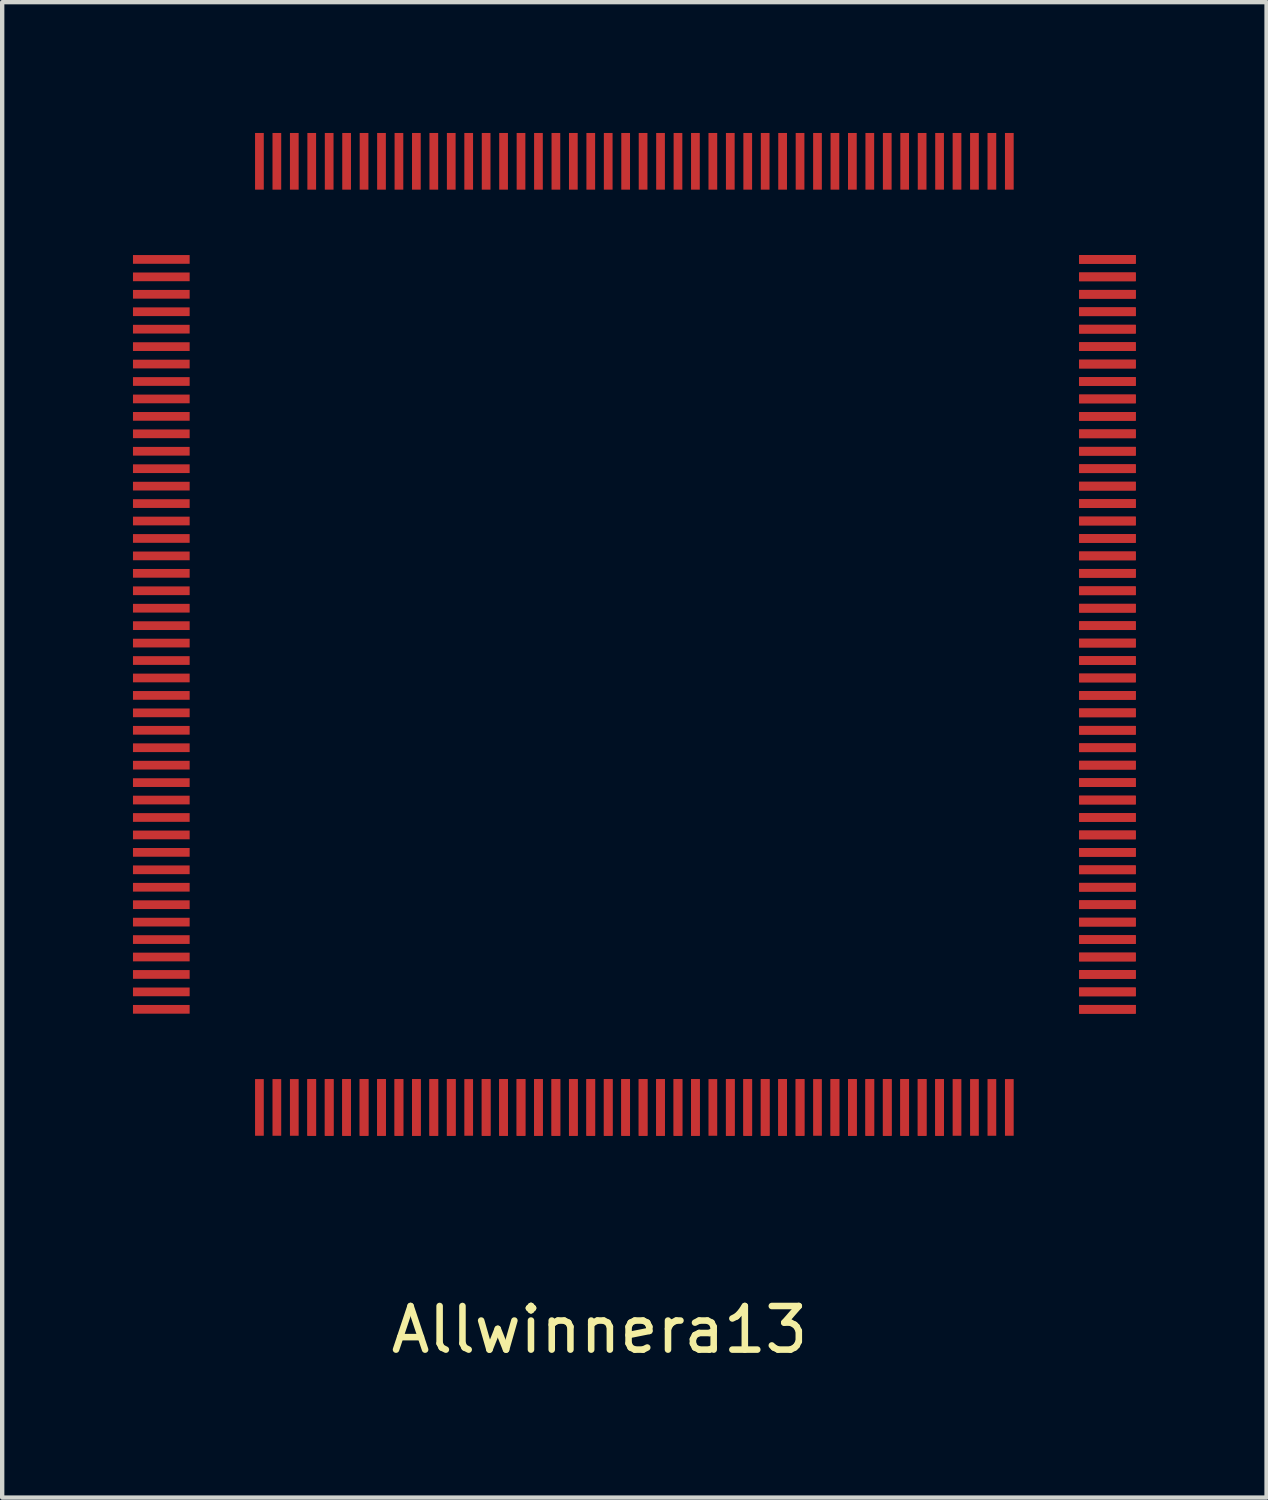
<source format=kicad_pcb>
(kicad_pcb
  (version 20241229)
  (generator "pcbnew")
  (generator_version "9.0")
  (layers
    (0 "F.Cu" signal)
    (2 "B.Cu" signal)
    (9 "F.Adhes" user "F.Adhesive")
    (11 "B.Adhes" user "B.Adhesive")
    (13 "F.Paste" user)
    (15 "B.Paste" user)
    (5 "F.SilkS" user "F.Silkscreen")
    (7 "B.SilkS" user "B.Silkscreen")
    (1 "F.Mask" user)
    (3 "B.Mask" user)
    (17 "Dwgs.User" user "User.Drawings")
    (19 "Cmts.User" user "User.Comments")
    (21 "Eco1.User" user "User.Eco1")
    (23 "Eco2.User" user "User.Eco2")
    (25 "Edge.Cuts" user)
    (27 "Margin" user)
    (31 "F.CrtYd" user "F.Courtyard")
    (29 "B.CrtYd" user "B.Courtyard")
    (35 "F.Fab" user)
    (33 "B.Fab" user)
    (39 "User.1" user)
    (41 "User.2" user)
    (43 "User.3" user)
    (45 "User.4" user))
  (footprint "Allwinnera13"
    (layer "F.Cu")
    (at 10.7 26.95)
    (property "Reference" "Allwinnera13" (at 0 0.5 0) (layer "F.SilkS") (effects (font (size 1 1) (thickness 0.15))))
    (attr through_hole)
    (pad "1" smd rect (at -7.8 -4.6) (size 0.2 1.3) (layers "F.Cu" "F.Mask" "F.Paste"))
    (pad "2" smd rect (at -7.4 -4.6) (size 0.2 1.3) (layers "F.Cu" "F.Mask" "F.Paste"))
    (pad "3" smd rect (at -7 -4.6) (size 0.2 1.3) (layers "F.Cu" "F.Mask" "F.Paste"))
    (pad "4" smd rect (at -6.6 -4.6) (size 0.2 1.3) (layers "F.Cu" "F.Mask" "F.Paste"))
    (pad "4" smd rect (at -6.6 -4.6) (size 0.2 1.3) (layers "F.Cu" "F.Mask" "F.Paste"))
    (pad "5" smd rect (at -6.2 -4.6) (size 0.2 1.3) (layers "F.Cu" "F.Mask" "F.Paste"))
    (pad "5" smd rect (at -6.2 -4.6) (size 0.2 1.3) (layers "F.Cu" "F.Mask" "F.Paste"))
    (pad "6" smd rect (at -5.8 -4.6) (size 0.2 1.3) (layers "F.Cu" "F.Mask" "F.Paste"))
    (pad "6" smd rect (at -5.8 -4.6) (size 0.2 1.3) (layers "F.Cu" "F.Mask" "F.Paste"))
    (pad "7" smd rect (at -5.4 -4.6) (size 0.2 1.3) (layers "F.Cu" "F.Mask" "F.Paste"))
    (pad "7" smd rect (at -5.4 -4.6) (size 0.2 1.3) (layers "F.Cu" "F.Mask" "F.Paste"))
    (pad "8" smd rect (at -5 -4.6) (size 0.2 1.3) (layers "F.Cu" "F.Mask" "F.Paste"))
    (pad "8" smd rect (at -5 -4.6) (size 0.2 1.3) (layers "F.Cu" "F.Mask" "F.Paste"))
    (pad "9" smd rect (at -4.6 -4.6) (size 0.2 1.3) (layers "F.Cu" "F.Mask" "F.Paste"))
    (pad "9" smd rect (at -4.6 -4.6) (size 0.2 1.3) (layers "F.Cu" "F.Mask" "F.Paste"))
    (pad "10" smd rect (at -4.2 -4.6) (size 0.2 1.3) (layers "F.Cu" "F.Mask" "F.Paste"))
    (pad "10" smd rect (at -4.2 -4.6) (size 0.2 1.3) (layers "F.Cu" "F.Mask" "F.Paste"))
    (pad "11" smd rect (at -3.8 -4.6) (size 0.2 1.3) (layers "F.Cu" "F.Mask" "F.Paste"))
    (pad "11" smd rect (at -3.8 -4.6) (size 0.2 1.3) (layers "F.Cu" "F.Mask" "F.Paste"))
    (pad "12" smd rect (at -3.4 -4.6) (size 0.2 1.3) (layers "F.Cu" "F.Mask" "F.Paste"))
    (pad "12" smd rect (at -3.4 -4.6) (size 0.2 1.3) (layers "F.Cu" "F.Mask" "F.Paste"))
    (pad "13" smd rect (at -3 -4.6) (size 0.2 1.3) (layers "F.Cu" "F.Mask" "F.Paste"))
    (pad "14" smd rect (at -2.6 -4.6) (size 0.2 1.3) (layers "F.Cu" "F.Mask" "F.Paste"))
    (pad "14" smd rect (at -2.6 -4.6) (size 0.2 1.3) (layers "F.Cu" "F.Mask" "F.Paste"))
    (pad "15" smd rect (at -2.2 -4.6) (size 0.2 1.3) (layers "F.Cu" "F.Mask" "F.Paste"))
    (pad "15" smd rect (at -2.2 -4.6) (size 0.2 1.3) (layers "F.Cu" "F.Mask" "F.Paste"))
    (pad "16" smd rect (at -1.8 -4.6) (size 0.2 1.3) (layers "F.Cu" "F.Mask" "F.Paste"))
    (pad "16" smd rect (at -1.8 -4.6) (size 0.2 1.3) (layers "F.Cu" "F.Mask" "F.Paste"))
    (pad "17" smd rect (at -1.4 -4.6) (size 0.2 1.3) (layers "F.Cu" "F.Mask" "F.Paste"))
    (pad "17" smd rect (at -1.4 -4.6) (size 0.2 1.3) (layers "F.Cu" "F.Mask" "F.Paste"))
    (pad "18" smd rect (at -1 -4.6) (size 0.2 1.3) (layers "F.Cu" "F.Mask" "F.Paste"))
    (pad "18" smd rect (at -1 -4.6) (size 0.2 1.3) (layers "F.Cu" "F.Mask" "F.Paste"))
    (pad "19" smd rect (at -0.6 -4.6) (size 0.2 1.3) (layers "F.Cu" "F.Mask" "F.Paste"))
    (pad "19" smd rect (at -0.6 -4.6) (size 0.2 1.3) (layers "F.Cu" "F.Mask" "F.Paste"))
    (pad "20" smd rect (at -0.2 -4.6) (size 0.2 1.3) (layers "F.Cu" "F.Mask" "F.Paste"))
    (pad "20" smd rect (at -0.2 -4.6) (size 0.2 1.3) (layers "F.Cu" "F.Mask" "F.Paste"))
    (pad "21" smd rect (at 0.2 -4.6) (size 0.2 1.3) (layers "F.Cu" "F.Mask" "F.Paste"))
    (pad "21" smd rect (at 0.2 -4.6) (size 0.2 1.3) (layers "F.Cu" "F.Mask" "F.Paste"))
    (pad "22" smd rect (at 0.6 -4.6) (size 0.2 1.3) (layers "F.Cu" "F.Mask" "F.Paste"))
    (pad "22" smd rect (at 0.6 -4.6) (size 0.2 1.3) (layers "F.Cu" "F.Mask" "F.Paste"))
    (pad "23" smd rect (at 1 -4.6) (size 0.2 1.3) (layers "F.Cu" "F.Mask" "F.Paste"))
    (pad "23" smd rect (at 1 -4.6) (size 0.2 1.3) (layers "F.Cu" "F.Mask" "F.Paste"))
    (pad "24" smd rect (at 1.4 -4.6) (size 0.2 1.3) (layers "F.Cu" "F.Mask" "F.Paste"))
    (pad "24" smd rect (at 1.4 -4.6) (size 0.2 1.3) (layers "F.Cu" "F.Mask" "F.Paste"))
    (pad "25" smd rect (at 1.8 -4.6) (size 0.2 1.3) (layers "F.Cu" "F.Mask" "F.Paste"))
    (pad "25" smd rect (at 1.8 -4.6) (size 0.2 1.3) (layers "F.Cu" "F.Mask" "F.Paste"))
    (pad "26" smd rect (at 2.2 -4.6) (size 0.2 1.3) (layers "F.Cu" "F.Mask" "F.Paste"))
    (pad "26" smd rect (at 2.2 -4.6) (size 0.2 1.3) (layers "F.Cu" "F.Mask" "F.Paste"))
    (pad "27" smd rect (at 2.6 -4.6) (size 0.2 1.3) (layers "F.Cu" "F.Mask" "F.Paste"))
    (pad "28" smd rect (at 3 -4.6) (size 0.2 1.3) (layers "F.Cu" "F.Mask" "F.Paste"))
    (pad "28" smd rect (at 3 -4.6) (size 0.2 1.3) (layers "F.Cu" "F.Mask" "F.Paste"))
    (pad "29" smd rect (at 3.4 -4.6) (size 0.2 1.3) (layers "F.Cu" "F.Mask" "F.Paste"))
    (pad "29" smd rect (at 3.4 -4.6) (size 0.2 1.3) (layers "F.Cu" "F.Mask" "F.Paste"))
    (pad "30" smd rect (at 3.8 -4.6) (size 0.2 1.3) (layers "F.Cu" "F.Mask" "F.Paste"))
    (pad "30" smd rect (at 3.8 -4.6) (size 0.2 1.3) (layers "F.Cu" "F.Mask" "F.Paste"))
    (pad "31" smd rect (at 4.2 -4.6) (size 0.2 1.3) (layers "F.Cu" "F.Mask" "F.Paste"))
    (pad "31" smd rect (at 4.2 -4.6) (size 0.2 1.3) (layers "F.Cu" "F.Mask" "F.Paste"))
    (pad "32" smd rect (at 4.6 -4.6) (size 0.2 1.3) (layers "F.Cu" "F.Mask" "F.Paste"))
    (pad "32" smd rect (at 4.6 -4.6) (size 0.2 1.3) (layers "F.Cu" "F.Mask" "F.Paste"))
    (pad "33" smd rect (at 5 -4.6) (size 0.2 1.3) (layers "F.Cu" "F.Mask" "F.Paste"))
    (pad "34" smd rect (at 5.4 -4.6) (size 0.2 1.3) (layers "F.Cu" "F.Mask" "F.Paste"))
    (pad "34" smd rect (at 5.4 -4.6) (size 0.2 1.3) (layers "F.Cu" "F.Mask" "F.Paste"))
    (pad "35" smd rect (at 5.8 -4.6) (size 0.2 1.3) (layers "F.Cu" "F.Mask" "F.Paste"))
    (pad "35" smd rect (at 5.8 -4.6) (size 0.2 1.3) (layers "F.Cu" "F.Mask" "F.Paste"))
    (pad "36" smd rect (at 6.2 -4.6) (size 0.2 1.3) (layers "F.Cu" "F.Mask" "F.Paste"))
    (pad "36" smd rect (at 6.2 -4.6) (size 0.2 1.3) (layers "F.Cu" "F.Mask" "F.Paste"))
    (pad "37" smd rect (at 6.6 -4.6) (size 0.2 1.3) (layers "F.Cu" "F.Mask" "F.Paste"))
    (pad "37" smd rect (at 6.6 -4.6) (size 0.2 1.3) (layers "F.Cu" "F.Mask" "F.Paste"))
    (pad "38" smd rect (at 7 -4.6) (size 0.2 1.3) (layers "F.Cu" "F.Mask" "F.Paste"))
    (pad "38" smd rect (at 7 -4.6) (size 0.2 1.3) (layers "F.Cu" "F.Mask" "F.Paste"))
    (pad "39" smd rect (at 7.4 -4.6) (size 0.2 1.3) (layers "F.Cu" "F.Mask" "F.Paste"))
    (pad "39" smd rect (at 7.4 -4.6) (size 0.2 1.3) (layers "F.Cu" "F.Mask" "F.Paste"))
    (pad "40" smd rect (at 7.8 -4.6) (size 0.2 1.3) (layers "F.Cu" "F.Mask" "F.Paste"))
    (pad "40" smd rect (at 7.8 -4.6) (size 0.2 1.3) (layers "F.Cu" "F.Mask" "F.Paste"))
    (pad "41" smd rect (at 8.2 -4.6) (size 0.2 1.3) (layers "F.Cu" "F.Mask" "F.Paste"))
    (pad "42" smd rect (at 8.6 -4.6) (size 0.2 1.3) (layers "F.Cu" "F.Mask" "F.Paste"))
    (pad "43" smd rect (at 9 -4.6) (size 0.2 1.3) (layers "F.Cu" "F.Mask" "F.Paste"))
    (pad "44" smd rect (at 9.4 -4.6) (size 0.2 1.3) (layers "F.Cu" "F.Mask" "F.Paste"))
    (pad "45" smd rect (at 11.65 -6.85 90) (size 0.2 1.3) (layers "F.Cu" "F.Mask" "F.Paste"))
    (pad "45" smd rect (at 11.65 -6.85 90) (size 0.2 1.3) (layers "F.Cu" "F.Mask" "F.Paste"))
    (pad "46" smd rect (at 11.65 -7.25) (size 1.3 0.2) (layers "F.Cu" "F.Mask" "F.Paste"))
    (pad "46" smd rect (at 11.65 -7.25) (size 1.3 0.2) (layers "F.Cu" "F.Mask" "F.Paste"))
    (pad "47" smd rect (at 11.65 -7.65) (size 1.3 0.2) (layers "F.Cu" "F.Mask" "F.Paste"))
    (pad "47" smd rect (at 11.65 -7.65) (size 1.3 0.2) (layers "F.Cu" "F.Mask" "F.Paste"))
    (pad "48" smd rect (at 11.65 -8.05) (size 1.3 0.2) (layers "F.Cu" "F.Mask" "F.Paste"))
    (pad "48" smd rect (at 11.65 -8.05) (size 1.3 0.2) (layers "F.Cu" "F.Mask" "F.Paste"))
    (pad "49" smd rect (at 11.65 -8.45) (size 1.3 0.2) (layers "F.Cu" "F.Mask" "F.Paste"))
    (pad "49" smd rect (at 11.65 -8.45) (size 1.3 0.2) (layers "F.Cu" "F.Mask" "F.Paste"))
    (pad "50" smd rect (at 11.65 -8.85) (size 1.3 0.2) (layers "F.Cu" "F.Mask" "F.Paste"))
    (pad "50" smd rect (at 11.65 -8.85) (size 1.3 0.2) (layers "F.Cu" "F.Mask" "F.Paste"))
    (pad "51" smd rect (at 11.65 -9.25) (size 1.3 0.2) (layers "F.Cu" "F.Mask" "F.Paste"))
    (pad "51" smd rect (at 11.65 -9.25) (size 1.3 0.2) (layers "F.Cu" "F.Mask" "F.Paste"))
    (pad "52" smd rect (at 11.65 -9.65) (size 1.3 0.2) (layers "F.Cu" "F.Mask" "F.Paste"))
    (pad "52" smd rect (at 11.65 -9.65) (size 1.3 0.2) (layers "F.Cu" "F.Mask" "F.Paste"))
    (pad "53" smd rect (at 11.65 -10.05) (size 1.3 0.2) (layers "F.Cu" "F.Mask" "F.Paste"))
    (pad "53" smd rect (at 11.65 -10.05) (size 1.3 0.2) (layers "F.Cu" "F.Mask" "F.Paste"))
    (pad "54" smd rect (at 11.65 -10.45) (size 1.3 0.2) (layers "F.Cu" "F.Mask" "F.Paste"))
    (pad "54" smd rect (at 11.65 -10.45) (size 1.3 0.2) (layers "F.Cu" "F.Mask" "F.Paste"))
    (pad "55" smd rect (at 11.65 -10.85) (size 1.3 0.2) (layers "F.Cu" "F.Mask" "F.Paste"))
    (pad "55" smd rect (at 11.65 -10.85) (size 1.3 0.2) (layers "F.Cu" "F.Mask" "F.Paste"))
    (pad "56" smd rect (at 11.65 -11.25) (size 1.3 0.2) (layers "F.Cu" "F.Mask" "F.Paste"))
    (pad "56" smd rect (at 11.65 -11.25) (size 1.3 0.2) (layers "F.Cu" "F.Mask" "F.Paste"))
    (pad "57" smd rect (at 11.65 -11.65) (size 1.3 0.2) (layers "F.Cu" "F.Mask" "F.Paste"))
    (pad "57" smd rect (at 11.65 -11.65) (size 1.3 0.2) (layers "F.Cu" "F.Mask" "F.Paste"))
    (pad "58" smd rect (at 11.65 -12.05) (size 1.3 0.2) (layers "F.Cu" "F.Mask" "F.Paste"))
    (pad "58" smd rect (at 11.65 -12.05) (size 1.3 0.2) (layers "F.Cu" "F.Mask" "F.Paste"))
    (pad "59" smd rect (at 11.65 -12.45) (size 1.3 0.2) (layers "F.Cu" "F.Mask" "F.Paste"))
    (pad "59" smd rect (at 11.65 -12.45) (size 1.3 0.2) (layers "F.Cu" "F.Mask" "F.Paste"))
    (pad "60" smd rect (at 11.65 -12.85) (size 1.3 0.2) (layers "F.Cu" "F.Mask" "F.Paste"))
    (pad "60" smd rect (at 11.65 -12.85) (size 1.3 0.2) (layers "F.Cu" "F.Mask" "F.Paste"))
    (pad "61" smd rect (at 11.65 -13.25) (size 1.3 0.2) (layers "F.Cu" "F.Mask" "F.Paste"))
    (pad "61" smd rect (at 11.65 -13.25) (size 1.3 0.2) (layers "F.Cu" "F.Mask" "F.Paste"))
    (pad "62" smd rect (at 11.65 -13.65) (size 1.3 0.2) (layers "F.Cu" "F.Mask" "F.Paste"))
    (pad "62" smd rect (at 11.65 -13.65) (size 1.3 0.2) (layers "F.Cu" "F.Mask" "F.Paste"))
    (pad "63" smd rect (at 11.65 -14.05) (size 1.3 0.2) (layers "F.Cu" "F.Mask" "F.Paste"))
    (pad "63" smd rect (at 11.65 -14.05) (size 1.3 0.2) (layers "F.Cu" "F.Mask" "F.Paste"))
    (pad "64" smd rect (at 11.65 -14.45) (size 1.3 0.2) (layers "F.Cu" "F.Mask" "F.Paste"))
    (pad "64" smd rect (at 11.65 -14.45) (size 1.3 0.2) (layers "F.Cu" "F.Mask" "F.Paste"))
    (pad "65" smd rect (at 11.65 -14.85) (size 1.3 0.2) (layers "F.Cu" "F.Mask" "F.Paste"))
    (pad "65" smd rect (at 11.65 -14.85) (size 1.3 0.2) (layers "F.Cu" "F.Mask" "F.Paste"))
    (pad "66" smd rect (at 11.65 -15.25) (size 1.3 0.2) (layers "F.Cu" "F.Mask" "F.Paste"))
    (pad "66" smd rect (at 11.65 -15.25) (size 1.3 0.2) (layers "F.Cu" "F.Mask" "F.Paste"))
    (pad "67" smd rect (at 11.65 -15.65) (size 1.3 0.2) (layers "F.Cu" "F.Mask" "F.Paste"))
    (pad "67" smd rect (at 11.65 -15.65) (size 1.3 0.2) (layers "F.Cu" "F.Mask" "F.Paste"))
    (pad "68" smd rect (at 11.65 -16.05) (size 1.3 0.2) (layers "F.Cu" "F.Mask" "F.Paste"))
    (pad "68" smd rect (at 11.65 -16.05) (size 1.3 0.2) (layers "F.Cu" "F.Mask" "F.Paste"))
    (pad "69" smd rect (at 11.65 -16.45) (size 1.3 0.2) (layers "F.Cu" "F.Mask" "F.Paste"))
    (pad "69" smd rect (at 11.65 -16.45) (size 1.3 0.2) (layers "F.Cu" "F.Mask" "F.Paste"))
    (pad "70" smd rect (at 11.65 -16.85) (size 1.3 0.2) (layers "F.Cu" "F.Mask" "F.Paste"))
    (pad "70" smd rect (at 11.65 -16.85) (size 1.3 0.2) (layers "F.Cu" "F.Mask" "F.Paste"))
    (pad "71" smd rect (at 11.65 -17.25) (size 1.3 0.2) (layers "F.Cu" "F.Mask" "F.Paste"))
    (pad "71" smd rect (at 11.65 -17.25) (size 1.3 0.2) (layers "F.Cu" "F.Mask" "F.Paste"))
    (pad "72" smd rect (at 11.65 -17.65) (size 1.3 0.2) (layers "F.Cu" "F.Mask" "F.Paste"))
    (pad "72" smd rect (at 11.65 -17.65) (size 1.3 0.2) (layers "F.Cu" "F.Mask" "F.Paste"))
    (pad "73" smd rect (at 11.65 -18.05) (size 1.3 0.2) (layers "F.Cu" "F.Mask" "F.Paste"))
    (pad "73" smd rect (at 11.65 -18.05) (size 1.3 0.2) (layers "F.Cu" "F.Mask" "F.Paste"))
    (pad "74" smd rect (at 11.65 -18.45) (size 1.3 0.2) (layers "F.Cu" "F.Mask" "F.Paste"))
    (pad "74" smd rect (at 11.65 -18.45) (size 1.3 0.2) (layers "F.Cu" "F.Mask" "F.Paste"))
    (pad "75" smd rect (at 11.65 -18.85) (size 1.3 0.2) (layers "F.Cu" "F.Mask" "F.Paste"))
    (pad "75" smd rect (at 11.65 -18.85) (size 1.3 0.2) (layers "F.Cu" "F.Mask" "F.Paste"))
    (pad "76" smd rect (at 11.65 -19.25) (size 1.3 0.2) (layers "F.Cu" "F.Mask" "F.Paste"))
    (pad "76" smd rect (at 11.65 -19.25) (size 1.3 0.2) (layers "F.Cu" "F.Mask" "F.Paste"))
    (pad "77" smd rect (at 11.65 -19.65) (size 1.3 0.2) (layers "F.Cu" "F.Mask" "F.Paste"))
    (pad "77" smd rect (at 11.65 -19.65) (size 1.3 0.2) (layers "F.Cu" "F.Mask" "F.Paste"))
    (pad "78" smd rect (at 11.65 -20.05) (size 1.3 0.2) (layers "F.Cu" "F.Mask" "F.Paste"))
    (pad "78" smd rect (at 11.65 -20.05) (size 1.3 0.2) (layers "F.Cu" "F.Mask" "F.Paste"))
    (pad "79" smd rect (at 11.65 -20.45) (size 1.3 0.2) (layers "F.Cu" "F.Mask" "F.Paste"))
    (pad "79" smd rect (at 11.65 -20.45) (size 1.3 0.2) (layers "F.Cu" "F.Mask" "F.Paste"))
    (pad "80" smd rect (at 11.65 -20.85) (size 1.3 0.2) (layers "F.Cu" "F.Mask" "F.Paste"))
    (pad "80" smd rect (at 11.65 -20.85) (size 1.3 0.2) (layers "F.Cu" "F.Mask" "F.Paste"))
    (pad "81" smd rect (at 11.65 -21.25) (size 1.3 0.2) (layers "F.Cu" "F.Mask" "F.Paste"))
    (pad "81" smd rect (at 11.65 -21.25) (size 1.3 0.2) (layers "F.Cu" "F.Mask" "F.Paste"))
    (pad "82" smd rect (at 11.65 -21.65) (size 1.3 0.2) (layers "F.Cu" "F.Mask" "F.Paste"))
    (pad "82" smd rect (at 11.65 -21.65) (size 1.3 0.2) (layers "F.Cu" "F.Mask" "F.Paste"))
    (pad "83" smd rect (at 11.65 -22.05) (size 1.3 0.2) (layers "F.Cu" "F.Mask" "F.Paste"))
    (pad "83" smd rect (at 11.65 -22.05) (size 1.3 0.2) (layers "F.Cu" "F.Mask" "F.Paste"))
    (pad "84" smd rect (at 11.65 -22.45) (size 1.3 0.2) (layers "F.Cu" "F.Mask" "F.Paste"))
    (pad "84" smd rect (at 11.65 -22.45) (size 1.3 0.2) (layers "F.Cu" "F.Mask" "F.Paste"))
    (pad "85" smd rect (at 11.65 -22.85) (size 1.3 0.2) (layers "F.Cu" "F.Mask" "F.Paste"))
    (pad "85" smd rect (at 11.65 -22.85) (size 1.3 0.2) (layers "F.Cu" "F.Mask" "F.Paste"))
    (pad "86" smd rect (at 11.65 -23.25) (size 1.3 0.2) (layers "F.Cu" "F.Mask" "F.Paste"))
    (pad "86" smd rect (at 11.65 -23.25) (size 1.3 0.2) (layers "F.Cu" "F.Mask" "F.Paste"))
    (pad "87" smd rect (at 11.65 -23.65) (size 1.3 0.2) (layers "F.Cu" "F.Mask" "F.Paste"))
    (pad "87" smd rect (at 11.65 -23.65) (size 1.3 0.2) (layers "F.Cu" "F.Mask" "F.Paste"))
    (pad "88" smd rect (at 11.65 -24.05) (size 1.3 0.2) (layers "F.Cu" "F.Mask" "F.Paste"))
    (pad "88" smd rect (at 11.65 -24.05) (size 1.3 0.2) (layers "F.Cu" "F.Mask" "F.Paste"))
    (pad "89" smd rect (at 9.4 -26.3) (size 0.2 1.3) (layers "F.Cu" "F.Mask" "F.Paste"))
    (pad "90" smd rect (at 9 -26.3) (size 0.2 1.3) (layers "F.Cu" "F.Mask" "F.Paste"))
    (pad "91" smd rect (at 8.6 -26.3) (size 0.2 1.3) (layers "F.Cu" "F.Mask" "F.Paste"))
    (pad "92" smd rect (at 8.2 -26.3) (size 0.2 1.3) (layers "F.Cu" "F.Mask" "F.Paste"))
    (pad "93" smd rect (at 7.8 -26.3) (size 0.2 1.3) (layers "F.Cu" "F.Mask" "F.Paste"))
    (pad "94" smd rect (at 7.4 -26.3) (size 0.2 1.3) (layers "F.Cu" "F.Mask" "F.Paste"))
    (pad "95" smd rect (at 7 -26.3) (size 0.2 1.3) (layers "F.Cu" "F.Mask" "F.Paste"))
    (pad "96" smd rect (at 6.6 -26.3) (size 0.2 1.3) (layers "F.Cu" "F.Mask" "F.Paste"))
    (pad "97" smd rect (at 6.2 -26.3) (size 0.2 1.3) (layers "F.Cu" "F.Mask" "F.Paste"))
    (pad "98" smd rect (at 5.8 -26.3) (size 0.2 1.3) (layers "F.Cu" "F.Mask" "F.Paste"))
    (pad "99" smd rect (at 5.4 -26.3) (size 0.2 1.3) (layers "F.Cu" "F.Mask" "F.Paste"))
    (pad "100" smd rect (at 5 -26.3) (size 0.2 1.3) (layers "F.Cu" "F.Mask" "F.Paste"))
    (pad "101" smd rect (at 4.6 -26.3) (size 0.2 1.3) (layers "F.Cu" "F.Mask" "F.Paste"))
    (pad "102" smd rect (at 4.2 -26.3) (size 0.2 1.3) (layers "F.Cu" "F.Mask" "F.Paste"))
    (pad "103" smd rect (at 3.8 -26.3) (size 0.2 1.3) (layers "F.Cu" "F.Mask" "F.Paste"))
    (pad "104" smd rect (at 3.4 -26.3) (size 0.2 1.3) (layers "F.Cu" "F.Mask" "F.Paste"))
    (pad "105" smd rect (at 3 -26.3) (size 0.2 1.3) (layers "F.Cu" "F.Mask" "F.Paste"))
    (pad "106" smd rect (at 2.6 -26.3) (size 0.2 1.3) (layers "F.Cu" "F.Mask" "F.Paste"))
    (pad "107" smd rect (at 2.2 -26.3) (size 0.2 1.3) (layers "F.Cu" "F.Mask" "F.Paste"))
    (pad "108" smd rect (at 1.8 -26.3) (size 0.2 1.3) (layers "F.Cu" "F.Mask" "F.Paste"))
    (pad "109" smd rect (at 1.4 -26.3) (size 0.2 1.3) (layers "F.Cu" "F.Mask" "F.Paste"))
    (pad "110" smd rect (at 1 -26.3) (size 0.2 1.3) (layers "F.Cu" "F.Mask" "F.Paste"))
    (pad "111" smd rect (at 0.6 -26.3) (size 0.2 1.3) (layers "F.Cu" "F.Mask" "F.Paste"))
    (pad "112" smd rect (at 0.2 -26.3) (size 0.2 1.3) (layers "F.Cu" "F.Mask" "F.Paste"))
    (pad "113" smd rect (at -0.2 -26.3) (size 0.2 1.3) (layers "F.Cu" "F.Mask" "F.Paste"))
    (pad "114" smd rect (at -0.6 -26.3) (size 0.2 1.3) (layers "F.Cu" "F.Mask" "F.Paste"))
    (pad "115" smd rect (at -1 -26.3) (size 0.2 1.3) (layers "F.Cu" "F.Mask" "F.Paste"))
    (pad "116" smd rect (at -1.4 -26.3) (size 0.2 1.3) (layers "F.Cu" "F.Mask" "F.Paste"))
    (pad "117" smd rect (at -1.8 -26.3) (size 0.2 1.3) (layers "F.Cu" "F.Mask" "F.Paste"))
    (pad "118" smd rect (at -2.2 -26.3) (size 0.2 1.3) (layers "F.Cu" "F.Mask" "F.Paste"))
    (pad "119" smd rect (at -2.6 -26.3) (size 0.2 1.3) (layers "F.Cu" "F.Mask" "F.Paste"))
    (pad "120" smd rect (at -3 -26.3) (size 0.2 1.3) (layers "F.Cu" "F.Mask" "F.Paste"))
    (pad "121" smd rect (at -3.4 -26.3) (size 0.2 1.3) (layers "F.Cu" "F.Mask" "F.Paste"))
    (pad "122" smd rect (at -3.8 -26.3) (size 0.2 1.3) (layers "F.Cu" "F.Mask" "F.Paste"))
    (pad "123" smd rect (at -4.2 -26.3) (size 0.2 1.3) (layers "F.Cu" "F.Mask" "F.Paste"))
    (pad "124" smd rect (at -4.6 -26.3) (size 0.2 1.3) (layers "F.Cu" "F.Mask" "F.Paste"))
    (pad "125" smd rect (at -5 -26.3) (size 0.2 1.3) (layers "F.Cu" "F.Mask" "F.Paste"))
    (pad "126" smd rect (at -5.4 -26.3) (size 0.2 1.3) (layers "F.Cu" "F.Mask" "F.Paste"))
    (pad "127" smd rect (at -5.8 -26.3) (size 0.2 1.3) (layers "F.Cu" "F.Mask" "F.Paste"))
    (pad "128" smd rect (at -6.2 -26.3) (size 0.2 1.3) (layers "F.Cu" "F.Mask" "F.Paste"))
    (pad "129" smd rect (at -6.6 -26.3) (size 0.2 1.3) (layers "F.Cu" "F.Mask" "F.Paste"))
    (pad "130" smd rect (at -7 -26.3) (size 0.2 1.3) (layers "F.Cu" "F.Mask" "F.Paste"))
    (pad "131" smd rect (at -7.4 -26.3) (size 0.2 1.3) (layers "F.Cu" "F.Mask" "F.Paste"))
    (pad "132" smd rect (at -7.8 -26.3) (size 0.2 1.3) (layers "F.Cu" "F.Mask" "F.Paste"))
    (pad "133" smd rect (at -10.05 -24.05) (size 1.3 0.2) (layers "F.Cu" "F.Mask" "F.Paste"))
    (pad "134" smd rect (at -10.05 -23.65) (size 1.3 0.2) (layers "F.Cu" "F.Mask" "F.Paste"))
    (pad "135" smd rect (at -10.05 -23.25) (size 1.3 0.2) (layers "F.Cu" "F.Mask" "F.Paste"))
    (pad "136" smd rect (at -10.05 -22.85) (size 1.3 0.2) (layers "F.Cu" "F.Mask" "F.Paste"))
    (pad "137" smd rect (at -10.05 -22.45) (size 1.3 0.2) (layers "F.Cu" "F.Mask" "F.Paste"))
    (pad "138" smd rect (at -10.05 -22.05) (size 1.3 0.2) (layers "F.Cu" "F.Mask" "F.Paste"))
    (pad "139" smd rect (at -10.05 -21.65) (size 1.3 0.2) (layers "F.Cu" "F.Mask" "F.Paste"))
    (pad "140" smd rect (at -10.05 -21.25) (size 1.3 0.2) (layers "F.Cu" "F.Mask" "F.Paste"))
    (pad "141" smd rect (at -10.05 -20.85) (size 1.3 0.2) (layers "F.Cu" "F.Mask" "F.Paste"))
    (pad "142" smd rect (at -10.05 -20.45) (size 1.3 0.2) (layers "F.Cu" "F.Mask" "F.Paste"))
    (pad "143" smd rect (at -10.05 -20.05) (size 1.3 0.2) (layers "F.Cu" "F.Mask" "F.Paste"))
    (pad "144" smd rect (at -10.05 -19.65) (size 1.3 0.2) (layers "F.Cu" "F.Mask" "F.Paste"))
    (pad "145" smd rect (at -10.05 -19.25) (size 1.3 0.2) (layers "F.Cu" "F.Mask" "F.Paste"))
    (pad "146" smd rect (at -10.05 -18.85) (size 1.3 0.2) (layers "F.Cu" "F.Mask" "F.Paste"))
    (pad "147" smd rect (at -10.05 -18.45) (size 1.3 0.2) (layers "F.Cu" "F.Mask" "F.Paste"))
    (pad "148" smd rect (at -10.05 -18.05) (size 1.3 0.2) (layers "F.Cu" "F.Mask" "F.Paste"))
    (pad "149" smd rect (at -10.05 -17.65) (size 1.3 0.2) (layers "F.Cu" "F.Mask" "F.Paste"))
    (pad "150" smd rect (at -10.05 -17.25) (size 1.3 0.2) (layers "F.Cu" "F.Mask" "F.Paste"))
    (pad "151" smd rect (at -10.05 -16.85) (size 1.3 0.2) (layers "F.Cu" "F.Mask" "F.Paste"))
    (pad "152" smd rect (at -10.05 -16.45) (size 1.3 0.2) (layers "F.Cu" "F.Mask" "F.Paste"))
    (pad "153" smd rect (at -10.05 -16.05) (size 1.3 0.2) (layers "F.Cu" "F.Mask" "F.Paste"))
    (pad "154" smd rect (at -10.05 -15.65) (size 1.3 0.2) (layers "F.Cu" "F.Mask" "F.Paste"))
    (pad "155" smd rect (at -10.05 -15.25) (size 1.3 0.2) (layers "F.Cu" "F.Mask" "F.Paste"))
    (pad "156" smd rect (at -10.05 -14.85) (size 1.3 0.2) (layers "F.Cu" "F.Mask" "F.Paste"))
    (pad "157" smd rect (at -10.05 -14.45) (size 1.3 0.2) (layers "F.Cu" "F.Mask" "F.Paste"))
    (pad "158" smd rect (at -10.05 -14.05) (size 1.3 0.2) (layers "F.Cu" "F.Mask" "F.Paste"))
    (pad "159" smd rect (at -10.05 -13.65) (size 1.3 0.2) (layers "F.Cu" "F.Mask" "F.Paste"))
    (pad "160" smd rect (at -10.05 -13.25) (size 1.3 0.2) (layers "F.Cu" "F.Mask" "F.Paste"))
    (pad "161" smd rect (at -10.05 -12.85) (size 1.3 0.2) (layers "F.Cu" "F.Mask" "F.Paste"))
    (pad "162" smd rect (at -10.05 -12.45) (size 1.3 0.2) (layers "F.Cu" "F.Mask" "F.Paste"))
    (pad "163" smd rect (at -10.05 -12.05) (size 1.3 0.2) (layers "F.Cu" "F.Mask" "F.Paste"))
    (pad "164" smd rect (at -10.05 -11.65) (size 1.3 0.2) (layers "F.Cu" "F.Mask" "F.Paste"))
    (pad "165" smd rect (at -10.05 -11.25) (size 1.3 0.2) (layers "F.Cu" "F.Mask" "F.Paste"))
    (pad "166" smd rect (at -10.05 -10.85) (size 1.3 0.2) (layers "F.Cu" "F.Mask" "F.Paste"))
    (pad "167" smd rect (at -10.05 -10.45) (size 1.3 0.2) (layers "F.Cu" "F.Mask" "F.Paste"))
    (pad "168" smd rect (at -10.05 -10.05) (size 1.3 0.2) (layers "F.Cu" "F.Mask" "F.Paste"))
    (pad "169" smd rect (at -10.05 -9.65) (size 1.3 0.2) (layers "F.Cu" "F.Mask" "F.Paste"))
    (pad "170" smd rect (at -10.05 -9.25) (size 1.3 0.2) (layers "F.Cu" "F.Mask" "F.Paste"))
    (pad "171" smd rect (at -10.05 -8.85) (size 1.3 0.2) (layers "F.Cu" "F.Mask" "F.Paste"))
    (pad "172" smd rect (at -10.05 -8.45) (size 1.3 0.2) (layers "F.Cu" "F.Mask" "F.Paste"))
    (pad "173" smd rect (at -10.05 -8.05) (size 1.3 0.2) (layers "F.Cu" "F.Mask" "F.Paste"))
    (pad "174" smd rect (at -10.05 -7.65) (size 1.3 0.2) (layers "F.Cu" "F.Mask" "F.Paste"))
    (pad "175" smd rect (at -10.05 -7.25) (size 1.3 0.2) (layers "F.Cu" "F.Mask" "F.Paste"))
    (pad "176" smd rect (at -10.05 -6.85) (size 1.3 0.2) (layers "F.Cu" "F.Mask" "F.Paste")))
  (gr_rect
    (start -3 -3)
    (end 26 31.298)
    (stroke (width 0.1) (type default))
    (fill no)
    (layer "Edge.Cuts")))
</source>
